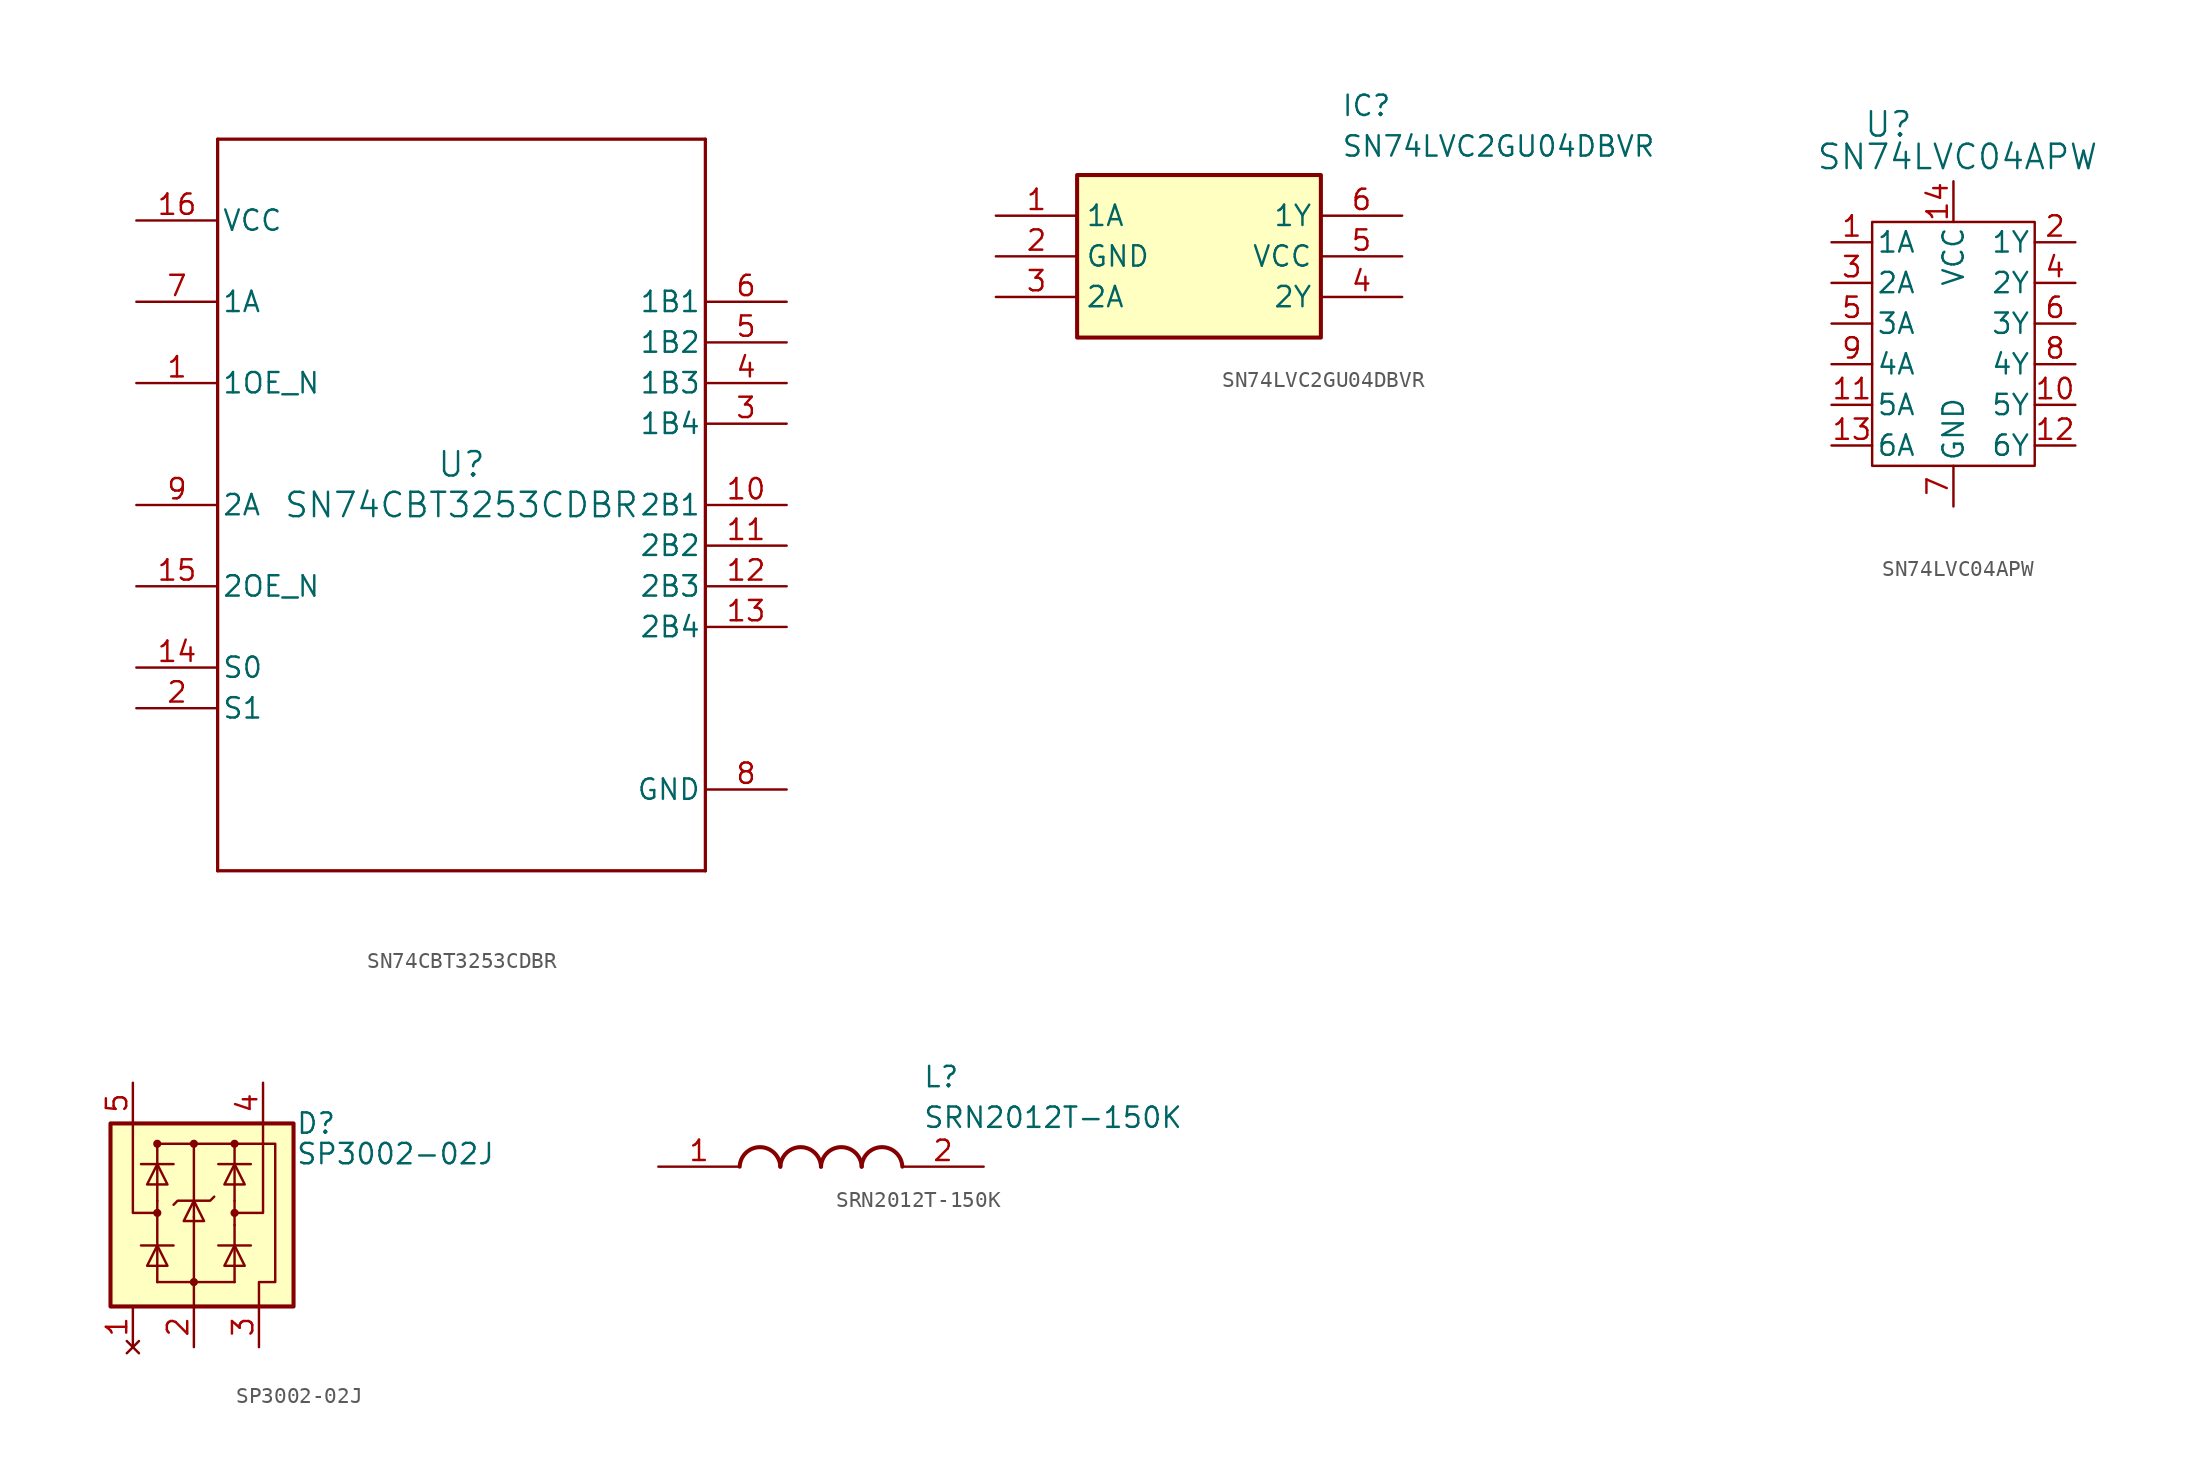
<source format=kicad_sym>
(kicad_symbol_lib
  (version 20241209)
  (generator "kicad_symbol_editor")
  (generator_version "9.0")
  (symbol "SN74CBT3253CDBR"
    (pin_names
      (offset 0.254))
    (property "Reference" "U"
      (at 0 2.54 0)
      (effects (font (size 1.524 1.524))))
    (property "Value" "SN74CBT3253CDBR"
      (at 0 0 0)
      (effects (font (size 1.524 1.524))))
    (property "ki_locked" ""
      (at 0 0 0)
      (effects (font (size 1.27 1.27))))
    (symbol "SN74CBT3253CDBR_0_1"
      (polyline (pts (xy -15.24 22.86) (xy -15.24 -22.86)) (stroke (width 0.203) (type default)) (fill (type none)))
      (polyline (pts (xy -15.24 -22.86) (xy 15.24 -22.86)) (stroke (width 0.203) (type default)) (fill (type none)))
      (polyline (pts (xy 15.24 22.86) (xy -15.24 22.86)) (stroke (width 0.203) (type default)) (fill (type none)))
      (polyline (pts (xy 15.24 -22.86) (xy 15.24 22.86)) (stroke (width 0.203) (type default)) (fill (type none)))
      (pin power_in line (at -20.32 17.78 0) (length 5.08) (name "VCC" (effects (font (size 1.27 1.27)))) (number "16" (effects (font (size 1.27 1.27)))))
      (pin bidirectional line (at -20.32 12.7 0) (length 5.08) (name "1A" (effects (font (size 1.27 1.27)))) (number "7" (effects (font (size 1.27 1.27)))))
      (pin input line (at -20.32 7.62 0) (length 5.08) (name "1OE_N" (effects (font (size 1.27 1.27)))) (number "1" (effects (font (size 1.27 1.27)))))
      (pin bidirectional line (at -20.32 0 0) (length 5.08) (name "2A" (effects (font (size 1.27 1.27)))) (number "9" (effects (font (size 1.27 1.27)))))
      (pin input line (at -20.32 -5.08 0) (length 5.08) (name "2OE_N" (effects (font (size 1.27 1.27)))) (number "15" (effects (font (size 1.27 1.27)))))
      (pin input line (at -20.32 -10.16 0) (length 5.08) (name "S0" (effects (font (size 1.27 1.27)))) (number "14" (effects (font (size 1.27 1.27)))))
      (pin input line (at -20.32 -12.7 0) (length 5.08) (name "S1" (effects (font (size 1.27 1.27)))) (number "2" (effects (font (size 1.27 1.27)))))
      (pin bidirectional line (at 20.32 12.7 180) (length 5.08) (name "1B1" (effects (font (size 1.27 1.27)))) (number "6" (effects (font (size 1.27 1.27)))))
      (pin bidirectional line (at 20.32 10.16 180) (length 5.08) (name "1B2" (effects (font (size 1.27 1.27)))) (number "5" (effects (font (size 1.27 1.27)))))
      (pin bidirectional line (at 20.32 7.62 180) (length 5.08) (name "1B3" (effects (font (size 1.27 1.27)))) (number "4" (effects (font (size 1.27 1.27)))))
      (pin bidirectional line (at 20.32 5.08 180) (length 5.08) (name "1B4" (effects (font (size 1.27 1.27)))) (number "3" (effects (font (size 1.27 1.27)))))
      (pin bidirectional line (at 20.32 0 180) (length 5.08) (name "2B1" (effects (font (size 1.27 1.27)))) (number "10" (effects (font (size 1.27 1.27)))))
      (pin bidirectional line (at 20.32 -2.54 180) (length 5.08) (name "2B2" (effects (font (size 1.27 1.27)))) (number "11" (effects (font (size 1.27 1.27)))))
      (pin bidirectional line (at 20.32 -5.08 180) (length 5.08) (name "2B3" (effects (font (size 1.27 1.27)))) (number "12" (effects (font (size 1.27 1.27)))))
      (pin bidirectional line (at 20.32 -7.62 180) (length 5.08) (name "2B4" (effects (font (size 1.27 1.27)))) (number "13" (effects (font (size 1.27 1.27)))))
      (pin power_in line (at 20.32 -17.78 180) (length 5.08) (name "GND" (effects (font (size 1.27 1.27)))) (number "8" (effects (font (size 1.27 1.27)))))))
  (symbol "SN74LVC2GU04DBVR"
    (property "Reference" "IC"
      (at 21.59 7.62 0)
      (effects (font (size 1.27 1.27)) (justify left top)))
    (property "Value" "SN74LVC2GU04DBVR"
      (at 21.59 5.08 0)
      (effects (font (size 1.27 1.27)) (justify left top)))
    (symbol "SN74LVC2GU04DBVR_1_1"
      (rectangle (start 5.08 2.54) (end 20.32 -7.62) (stroke (width 0.254) (type default)) (fill (type background)))
      (pin passive line (at 0 0 0) (length 5.08) (name "1A" (effects (font (size 1.27 1.27)))) (number "1" (effects (font (size 1.27 1.27)))))
      (pin passive line (at 0 -2.54 0) (length 5.08) (name "GND" (effects (font (size 1.27 1.27)))) (number "2" (effects (font (size 1.27 1.27)))))
      (pin passive line (at 0 -5.08 0) (length 5.08) (name "2A" (effects (font (size 1.27 1.27)))) (number "3" (effects (font (size 1.27 1.27)))))
      (pin passive line (at 25.4 0 180) (length 5.08) (name "1Y" (effects (font (size 1.27 1.27)))) (number "6" (effects (font (size 1.27 1.27)))))
      (pin power_in line (at 25.4 -2.54 180) (length 5.08) (name "VCC" (effects (font (size 1.27 1.27)))) (number "5" (effects (font (size 1.27 1.27)))))
      (pin passive line (at 25.4 -5.08 180) (length 5.08) (name "2Y" (effects (font (size 1.27 1.27)))) (number "4" (effects (font (size 1.27 1.27)))))))
  (symbol "SN74LVC04APW"
    (pin_names
      (offset 0.254))
    (property "Reference" "U"
      (at -4.064 6.096 0)
      (effects (font (size 1.524 1.524))))
    (property "Value" "SN74LVC04APW"
      (at 0.254 4.064 0)
      (effects (font (size 1.524 1.524))))
    (symbol "SN74LVC04APW_1_1"
      (rectangle (start -5.08 0) (end 5.08 -15.24) (stroke (width 0) (type default)) (fill (type none)))
      (pin input line (at -7.62 -1.27 0) (length 2.54) (name "1A" (effects (font (size 1.27 1.27)))) (number "1" (effects (font (size 1.27 1.27)))))
      (pin input line (at -7.62 -3.81 0) (length 2.54) (name "2A" (effects (font (size 1.27 1.27)))) (number "3" (effects (font (size 1.27 1.27)))))
      (pin input line (at -7.62 -6.35 0) (length 2.54) (name "3A" (effects (font (size 1.27 1.27)))) (number "5" (effects (font (size 1.27 1.27)))))
      (pin input line (at -7.62 -8.89 0) (length 2.54) (name "4A" (effects (font (size 1.27 1.27)))) (number "9" (effects (font (size 1.27 1.27)))))
      (pin input line (at -7.62 -11.43 0) (length 2.54) (name "5A" (effects (font (size 1.27 1.27)))) (number "11" (effects (font (size 1.27 1.27)))))
      (pin input line (at -7.62 -13.97 0) (length 2.54) (name "6A" (effects (font (size 1.27 1.27)))) (number "13" (effects (font (size 1.27 1.27)))))
      (pin power_in line (at 0 2.54 270) (length 2.54) (name "VCC" (effects (font (size 1.27 1.27)))) (number "14" (effects (font (size 1.27 1.27)))))
      (pin power_in line (at 0 -17.78 90) (length 2.54) (name "GND" (effects (font (size 1.27 1.27)))) (number "7" (effects (font (size 1.27 1.27)))))
      (pin output line (at 7.62 -1.27 180) (length 2.54) (name "1Y" (effects (font (size 1.27 1.27)))) (number "2" (effects (font (size 1.27 1.27)))))
      (pin output line (at 7.62 -3.81 180) (length 2.54) (name "2Y" (effects (font (size 1.27 1.27)))) (number "4" (effects (font (size 1.27 1.27)))))
      (pin output line (at 7.62 -6.35 180) (length 2.54) (name "3Y" (effects (font (size 1.27 1.27)))) (number "6" (effects (font (size 1.27 1.27)))))
      (pin output line (at 7.62 -8.89 180) (length 2.54) (name "4Y" (effects (font (size 1.27 1.27)))) (number "8" (effects (font (size 1.27 1.27)))))
      (pin output line (at 7.62 -11.43 180) (length 2.54) (name "5Y" (effects (font (size 1.27 1.27)))) (number "10" (effects (font (size 1.27 1.27)))))
      (pin output line (at 7.62 -13.97 180) (length 2.54) (name "6Y" (effects (font (size 1.27 1.27)))) (number "12" (effects (font (size 1.27 1.27)))))))
  (symbol "SP3002-02J"
    (pin_names
      (hide yes))
    (property "Reference" "D"
      (at 7.62 2.54 0)
      (effects (font (size 1.27 1.27)) (justify left)))
    (property "Value" "SP3002-02J"
      (at 7.62 0.635 0)
      (effects (font (size 1.27 1.27)) (justify left)))
    (symbol "SP3002-02J_0_0"
      (pin passive line (at 1.27 -11.43 90) (length 2.54) (name "A" (effects (font (size 1.27 1.27)))) (number "2" (effects (font (size 1.27 1.27))))))
    (symbol "SP3002-02J_0_1"
      (rectangle (start -3.937 2.54) (end 7.493 -8.89) (stroke (width 0.254) (type default)) (fill (type background)))
      (polyline (pts (xy -2.54 2.54) (xy -2.54 -3.048) (xy -1.016 -3.048) (xy -1.016 -2.286)) (stroke (width 0) (type default)) (fill (type none)))
      (polyline (pts (xy -2.032 0) (xy 0 0)) (stroke (width 0) (type default)) (fill (type none)))
      (polyline (pts (xy -2.032 -5.08) (xy 0 -5.08)) (stroke (width 0) (type default)) (fill (type none)))
      (polyline (pts (xy -1.016 1.27) (xy -1.016 0)) (stroke (width 0) (type default)) (fill (type none)))
      (polyline (pts (xy -1.016 1.27) (xy 3.81 1.27)) (stroke (width 0) (type default)) (fill (type none)))
      (polyline (pts (xy -1.016 0) (xy -1.016 -2.286)) (stroke (width 0) (type default)) (fill (type none)))
      (polyline (pts (xy -1.016 0) (xy -1.651 -1.27) (xy -0.381 -1.27) (xy -1.016 0)) (stroke (width 0) (type default)) (fill (type none)))
      (polyline (pts (xy -1.016 -3.048) (xy -1.016 -5.08)) (stroke (width 0) (type default)) (fill (type none)))
      (polyline (pts (xy -1.016 -5.08) (xy -1.016 -7.366)) (stroke (width 0) (type default)) (fill (type none)))
      (polyline (pts (xy -1.016 -5.08) (xy -1.651 -6.35) (xy -0.381 -6.35) (xy -1.016 -5.08)) (stroke (width 0) (type default)) (fill (type none)))
      (polyline (pts (xy -1.016 -7.366) (xy 1.27 -7.366) (xy 3.81 -7.366)) (stroke (width 0) (type default)) (fill (type none)))
      (polyline (pts (xy 0 -2.54) (xy 0.254 -2.286) (xy 2.286 -2.286) (xy 2.54 -2.032)) (stroke (width 0) (type default)) (fill (type none)))
      (polyline (pts (xy 1.27 1.27) (xy 1.27 -3.302)) (stroke (width 0) (type default)) (fill (type none)))
      (polyline (pts (xy 1.27 -2.286) (xy 0.635 -3.556) (xy 1.905 -3.556) (xy 1.27 -2.286)) (stroke (width 0) (type default)) (fill (type none)))
      (polyline (pts (xy 1.27 -3.302) (xy 1.27 -8.89)) (stroke (width 0) (type default)) (fill (type none)))
      (polyline (pts (xy 2.794 0) (xy 4.826 0)) (stroke (width 0) (type default)) (fill (type none)))
      (polyline (pts (xy 2.794 -5.08) (xy 4.826 -5.08)) (stroke (width 0) (type default)) (fill (type none)))
      (polyline (pts (xy 3.81 1.27) (xy 3.81 0)) (stroke (width 0) (type default)) (fill (type none)))
      (polyline (pts (xy 3.81 1.27) (xy 6.35 1.27) (xy 6.35 -7.366) (xy 5.334 -7.366) (xy 5.334 -8.89)) (stroke (width 0) (type default)) (fill (type none)))
      (polyline (pts (xy 3.81 0) (xy 3.81 -2.286)) (stroke (width 0) (type default)) (fill (type none)))
      (polyline (pts (xy 3.81 0) (xy 3.175 -1.27) (xy 4.445 -1.27) (xy 3.81 0)) (stroke (width 0) (type default)) (fill (type none)))
      (polyline (pts (xy 3.81 -2.286) (xy 3.81 -3.81)) (stroke (width 0) (type default)) (fill (type none)))
      (polyline (pts (xy 3.81 -3.81) (xy 3.81 -5.08)) (stroke (width 0) (type default)) (fill (type none)))
      (polyline (pts (xy 3.81 -5.08) (xy 3.81 -7.366)) (stroke (width 0) (type default)) (fill (type none)))
      (polyline (pts (xy 3.81 -5.08) (xy 3.175 -6.35) (xy 4.445 -6.35) (xy 3.81 -5.08)) (stroke (width 0) (type default)) (fill (type none)))
      (polyline (pts (xy 5.588 2.54) (xy 5.588 -3.048) (xy 3.81 -3.048)) (stroke (width 0) (type default)) (fill (type none))))
    (symbol "SP3002-02J_1_1"
      (circle (center -1.016 1.27) (radius 0.254) (stroke (width -0.0001) (type solid)) (fill (type outline)))
      (circle (center -1.016 -3.048) (radius 0.254) (stroke (width -0.0001) (type solid)) (fill (type outline)))
      (circle (center 1.27 1.27) (radius 0.254) (stroke (width -0.0001) (type solid)) (fill (type outline)))
      (circle (center 1.27 -7.366) (radius 0.254) (stroke (width -0.0001) (type solid)) (fill (type outline)))
      (circle (center 3.81 1.27) (radius 0.254) (stroke (width -0.0001) (type solid)) (fill (type outline)))
      (circle (center 3.81 -3.048) (radius 0.254) (stroke (width -0.0001) (type solid)) (fill (type outline)))
      (pin passive line (at -2.54 5.08 270) (length 2.54) (name "K" (effects (font (size 1.27 1.27)))) (number "5" (effects (font (size 1.27 1.27)))))
      (pin no_connect line (at -2.54 -11.43 90) (length 2.54) (name "K" (effects (font (size 1.27 1.27)))) (number "1" (effects (font (size 1.27 1.27)))))
      (pin passive line (at 5.334 -11.43 90) (length 2.54) (name "K" (effects (font (size 1.27 1.27)))) (number "3" (effects (font (size 1.27 1.27)))))
      (pin passive line (at 5.588 5.08 270) (length 2.54) (name "K" (effects (font (size 1.27 1.27)))) (number "4" (effects (font (size 1.27 1.27)))))))
  (symbol "SRN2012T-150K"
    (pin_names
      (hide yes))
    (property "Reference" "L"
      (at 16.51 6.35 0)
      (effects (font (size 1.27 1.27)) (justify left top)))
    (property "Value" "SRN2012T-150K"
      (at 16.51 3.81 0)
      (effects (font (size 1.27 1.27)) (justify left top)))
    (symbol "SRN2012T-150K_1_1"
      (arc (start 5.08 0) (mid 6.35 1.219) (end 7.62 0) (stroke (width 0.254) (type default)) (fill (type none)))
      (arc (start 7.62 0) (mid 8.89 1.219) (end 10.16 0) (stroke (width 0.254) (type default)) (fill (type none)))
      (arc (start 10.16 0) (mid 11.43 1.219) (end 12.7 0) (stroke (width 0.254) (type default)) (fill (type none)))
      (arc (start 12.7 0) (mid 13.97 1.219) (end 15.24 0) (stroke (width 0.254) (type default)) (fill (type none)))
      (pin passive line (at 0 0 0) (length 5.08) (name "1" (effects (font (size 1.27 1.27)))) (number "1" (effects (font (size 1.27 1.27)))))
      (pin passive line (at 20.32 0 180) (length 5.08) (name "2" (effects (font (size 1.27 1.27)))) (number "2" (effects (font (size 1.27 1.27))))))))
</source>
